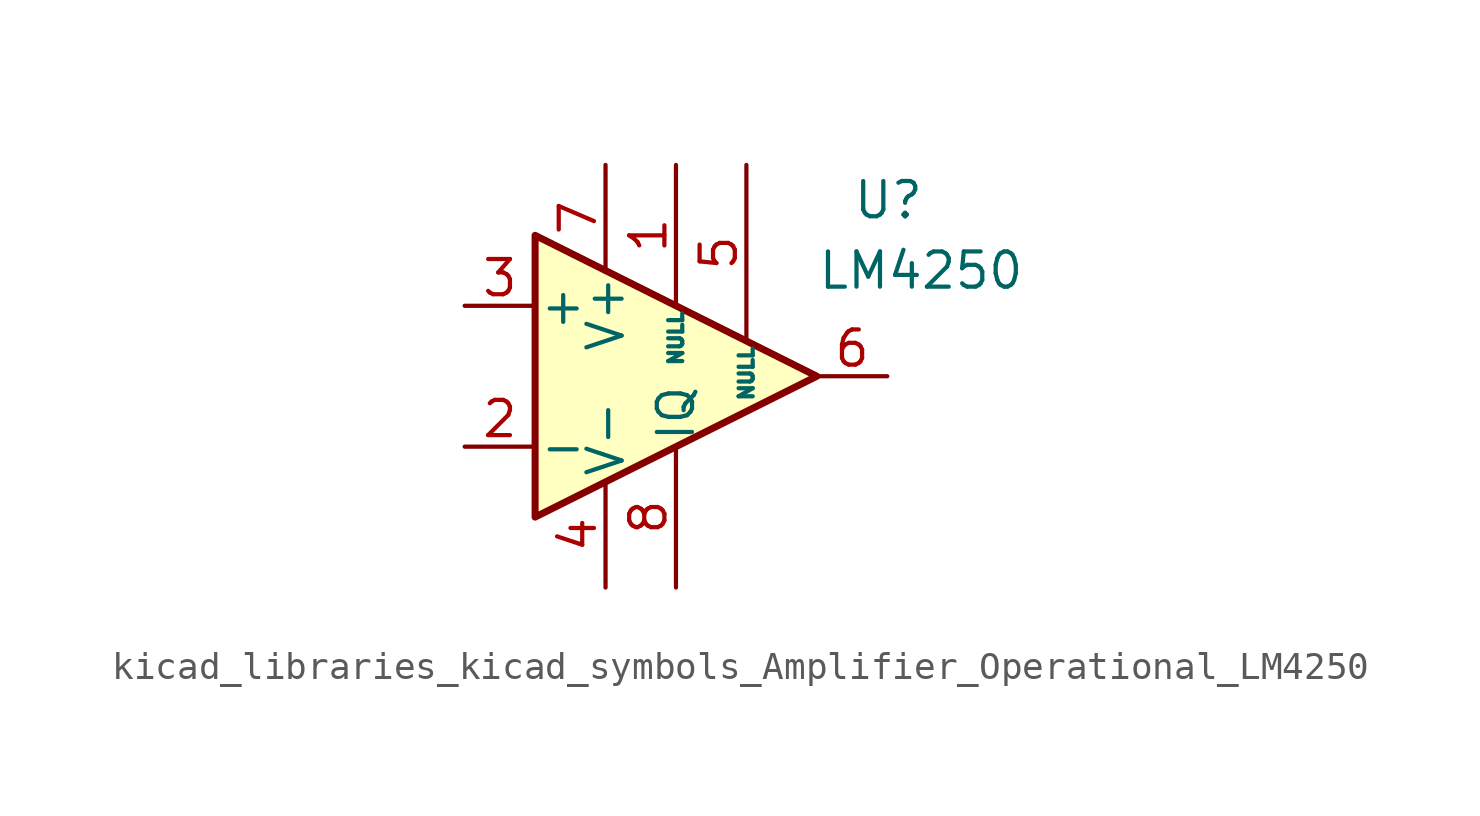
<source format=kicad_sym>
(kicad_symbol_lib
  (version 20220914)
  (generator kicad_symbol_editor)
  (symbol "kicad_libraries_kicad_symbols_Amplifier_Operational_LM4250"
    (pin_names
      (offset 0.127))
    (property "Reference" "U"
      (at 6.35 6.35 0)
      (effects (font (size 1.27 1.27)) (justify left)))
    (property "Value" "LM4250"
      (at 5.08 3.81 0)
      (effects (font (size 1.27 1.27)) (justify left)))
    (symbol "kicad_libraries_kicad_symbols_Amplifier_Operational_LM4250_0_1"
      (polyline (pts (xy -5.08 5.08) (xy 5.08 0) (xy -5.08 -5.08) (xy -5.08 5.08)) (stroke (width 0.254) (type default)) (fill (type background))))
    (symbol "kicad_libraries_kicad_symbols_Amplifier_Operational_LM4250_1_1"
      (pin input line (at 0 7.62 270) (length 5.08) (name "NULL" (effects (font (size 0.508 0.508)))) (number "1" (effects (font (size 1.27 1.27)))))
      (pin input line (at -7.62 -2.54 0) (length 2.54) (name "-" (effects (font (size 1.27 1.27)))) (number "2" (effects (font (size 1.27 1.27)))))
      (pin input line (at -7.62 2.54 0) (length 2.54) (name "+" (effects (font (size 1.27 1.27)))) (number "3" (effects (font (size 1.27 1.27)))))
      (pin power_in line (at -2.54 -7.62 90) (length 3.81) (name "V-" (effects (font (size 1.27 1.27)))) (number "4" (effects (font (size 1.27 1.27)))))
      (pin input line (at 2.54 7.62 270) (length 6.35) (name "NULL" (effects (font (size 0.508 0.508)))) (number "5" (effects (font (size 1.27 1.27)))))
      (pin output line (at 7.62 0 180) (length 2.54) (name "~" (effects (font (size 1.27 1.27)))) (number "6" (effects (font (size 1.27 1.27)))))
      (pin power_in line (at -2.54 7.62 270) (length 3.81) (name "V+" (effects (font (size 1.27 1.27)))) (number "7" (effects (font (size 1.27 1.27)))))
      (pin input line (at 0 -7.62 90) (length 5.08) (name "IQ" (effects (font (size 1.27 1.27)))) (number "8" (effects (font (size 1.27 1.27))))))))
</source>
